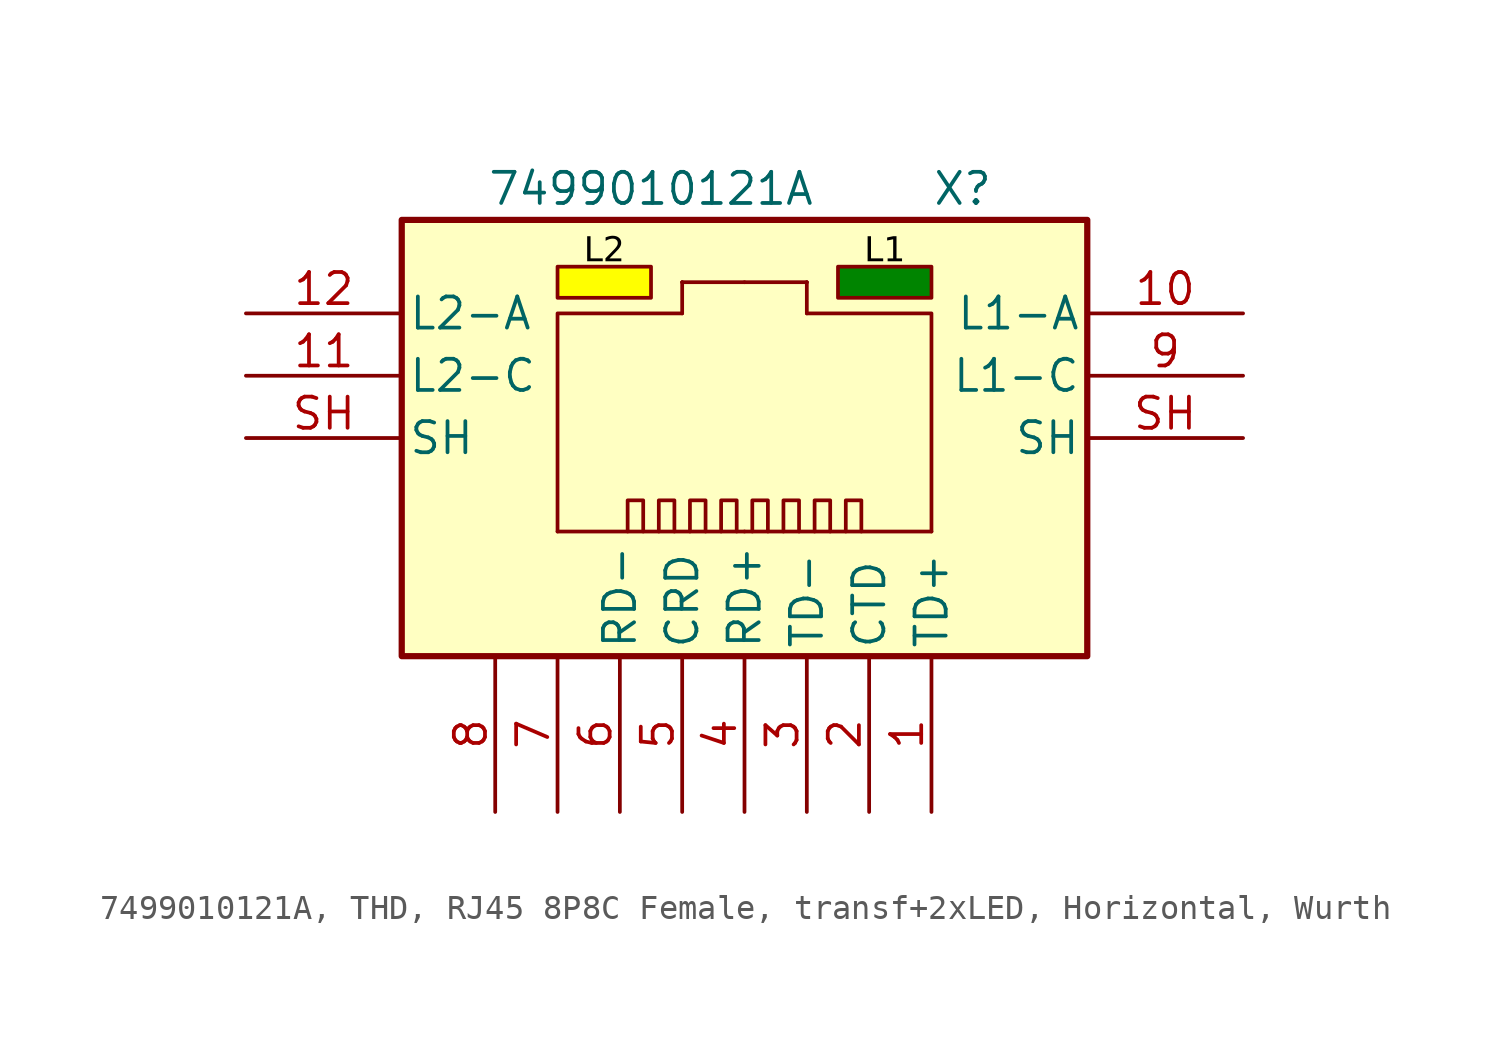
<source format=kicad_sym>
(kicad_symbol_lib
  (version 20241209)
  (generator "kicad_symbol_editor")
  (generator_version "9.0")
  (symbol "7499010121A, THD, RJ45 8P8C Female, transf+2xLED, Horizontal, Wurth"
    (pin_names
      (offset 0.254))
    (property "Reference" "X"
      (at 8.89 12.7 0)
      (effects (font (size 1.27 1.27))))
    (property "Value" "7499010121A"
      (at -3.81 12.7 0)
      (effects (font (size 1.27 1.27))))
    (property "Label" ""
      (at 0 0 0)
      (effects (font (size 1.27 1.27) (thickness 0.254) (bold yes))))
    (symbol "7499010121A, THD, RJ45 8P8C Female, transf+2xLED, Horizontal, Wurth_0_1"
      (polyline (pts (xy -7.62 -1.27) (xy 0 -1.27)) (stroke (width 0.152) (type default)) (fill (type none)))
      (polyline (pts (xy -4.128 -1.27) (xy -4.128 0) (xy -4.763 0) (xy -4.763 -1.27)) (stroke (width 0.152) (type default)) (fill (type none)))
      (polyline (pts (xy -2.857 -1.27) (xy -2.857 0) (xy -3.493 0) (xy -3.493 -1.27)) (stroke (width 0.152) (type default)) (fill (type none)))
      (rectangle (start -2.54 8.89) (end -2.54 8.89) (stroke (width 0.152) (type default)) (fill (type none)))
      (rectangle (start -2.54 7.62) (end -2.54 8.89) (stroke (width 0.152) (type default)) (fill (type none)))
      (polyline (pts (xy -2.54 7.62) (xy -7.62 7.62) (xy -7.62 -1.27)) (stroke (width 0.152) (type default)) (fill (type none)))
      (polyline (pts (xy -1.587 -1.27) (xy -1.587 0) (xy -2.223 0) (xy -2.223 -1.27)) (stroke (width 0.152) (type default)) (fill (type none)))
      (polyline (pts (xy -0.318 -1.27) (xy -0.318 0) (xy -0.953 0) (xy -0.953 -1.27)) (stroke (width 0.152) (type default)) (fill (type none)))
      (rectangle (start 0 8.89) (end -2.54 8.89) (stroke (width 0.152) (type default)) (fill (type none)))
      (rectangle (start 0 8.89) (end 2.54 8.89) (stroke (width 0.152) (type default)) (fill (type none)))
      (polyline (pts (xy 0.318 -1.27) (xy 0.318 0) (xy 0.953 0) (xy 0.953 -1.27)) (stroke (width 0.152) (type default)) (fill (type none)))
      (polyline (pts (xy 1.587 -1.27) (xy 1.587 0) (xy 2.223 0) (xy 2.223 -1.27)) (stroke (width 0.152) (type default)) (fill (type none)))
      (rectangle (start 2.54 8.89) (end 2.54 8.89) (stroke (width 0.152) (type default)) (fill (type none)))
      (polyline (pts (xy 2.54 7.62) (xy 7.62 7.62) (xy 7.62 -1.27)) (stroke (width 0.152) (type default)) (fill (type none)))
      (rectangle (start 2.54 7.62) (end 2.54 8.89) (stroke (width 0.152) (type default)) (fill (type none)))
      (polyline (pts (xy 2.857 -1.27) (xy 2.857 0) (xy 3.493 0) (xy 3.493 -1.27)) (stroke (width 0.152) (type default)) (fill (type none)))
      (polyline (pts (xy 4.128 -1.27) (xy 4.128 0) (xy 4.763 0) (xy 4.763 -1.27)) (stroke (width 0.152) (type default)) (fill (type none)))
      (polyline (pts (xy 7.62 -1.27) (xy 0 -1.27)) (stroke (width 0.152) (type default)) (fill (type none))))
    (symbol "7499010121A, THD, RJ45 8P8C Female, transf+2xLED, Horizontal, Wurth_1_1"
      (rectangle (start -13.97 11.43) (end 13.97 -6.35) (stroke (width 0.254) (type solid)) (fill (type background)))
      (rectangle (start -7.62 9.525) (end -3.81 8.255) (stroke (width 0.152) (type default)) (fill (type color) (color 255 255 0 1)))
      (rectangle (start 3.81 9.525) (end 7.62 8.255) (stroke (width 0.152) (type default)) (fill (type color) (color 0 132 0 1)))
      (text "L2" (at -5.715 10.16 0) (effects (font (face "Calibri") (size 1 1) (color 0 0 0 1))))
      (text "L1" (at 5.715 10.16 0) (effects (font (face "Calibri") (size 1 1) (color 0 0 0 1))))
      (pin passive line (at -20.32 7.62 0) (length 6.35) (name "L2-A" (effects (font (size 1.27 1.27)))) (number "12" (effects (font (size 1.27 1.27)))))
      (pin passive line (at -20.32 5.08 0) (length 6.35) (name "L2-C" (effects (font (size 1.27 1.27)))) (number "11" (effects (font (size 1.27 1.27)))))
      (pin passive line (at -20.32 2.54 0) (length 6.35) (name "SH" (effects (font (size 1.27 1.27)))) (number "SH" (effects (font (size 1.27 1.27)))))
      (pin passive line (at -10.16 -12.7 90) (length 6.35) (name "" (effects (font (size 1.27 1.27)))) (number "8" (effects (font (size 1.27 1.27)))))
      (pin passive line (at -7.62 -12.7 90) (length 6.35) (name "" (effects (font (size 1.27 1.27)))) (number "7" (effects (font (size 1.27 1.27)))))
      (pin passive line (at -5.08 -12.7 90) (length 6.35) (name "RD-" (effects (font (size 1.27 1.27)))) (number "6" (effects (font (size 1.27 1.27)))))
      (pin passive line (at -2.54 -12.7 90) (length 6.35) (name "CRD" (effects (font (size 1.27 1.27)))) (number "5" (effects (font (size 1.27 1.27)))))
      (pin passive line (at 0 -12.7 90) (length 6.35) (name "RD+" (effects (font (size 1.27 1.27)))) (number "4" (effects (font (size 1.27 1.27)))))
      (pin passive line (at 2.54 -12.7 90) (length 6.35) (name "TD-" (effects (font (size 1.27 1.27)))) (number "3" (effects (font (size 1.27 1.27)))))
      (pin passive line (at 5.08 -12.7 90) (length 6.35) (name "CTD" (effects (font (size 1.27 1.27)))) (number "2" (effects (font (size 1.27 1.27)))))
      (pin passive line (at 7.62 -12.7 90) (length 6.35) (name "TD+" (effects (font (size 1.27 1.27)))) (number "1" (effects (font (size 1.27 1.27)))))
      (pin passive line (at 20.32 7.62 180) (length 6.35) (name "L1-A" (effects (font (size 1.27 1.27)))) (number "10" (effects (font (size 1.27 1.27)))))
      (pin passive line (at 20.32 5.08 180) (length 6.35) (name "L1-C" (effects (font (size 1.27 1.27)))) (number "9" (effects (font (size 1.27 1.27)))))
      (pin passive line (at 20.32 2.54 180) (length 6.35) (name "SH" (effects (font (size 1.27 1.27)))) (number "SH" (effects (font (size 1.27 1.27))))))))
</source>
